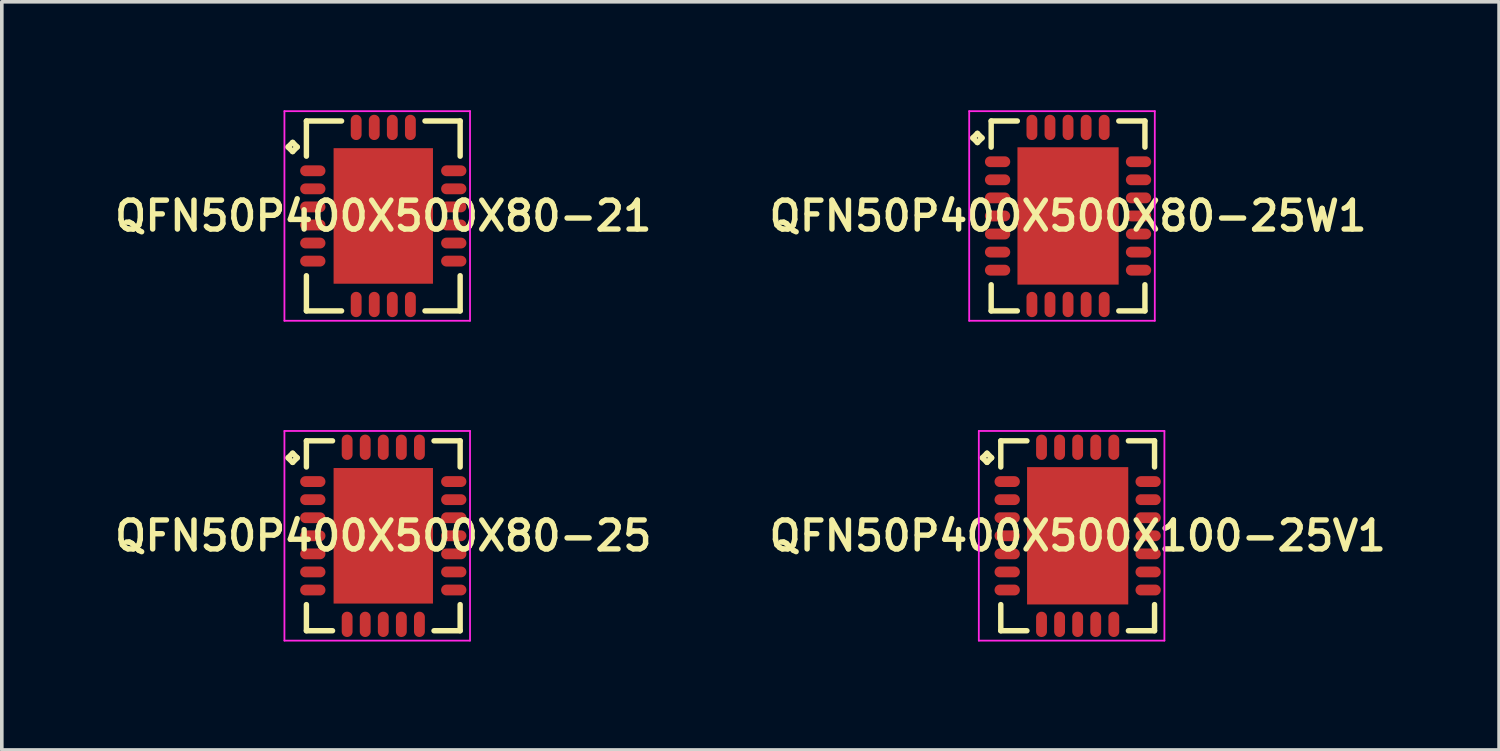
<source format=kicad_pcb>
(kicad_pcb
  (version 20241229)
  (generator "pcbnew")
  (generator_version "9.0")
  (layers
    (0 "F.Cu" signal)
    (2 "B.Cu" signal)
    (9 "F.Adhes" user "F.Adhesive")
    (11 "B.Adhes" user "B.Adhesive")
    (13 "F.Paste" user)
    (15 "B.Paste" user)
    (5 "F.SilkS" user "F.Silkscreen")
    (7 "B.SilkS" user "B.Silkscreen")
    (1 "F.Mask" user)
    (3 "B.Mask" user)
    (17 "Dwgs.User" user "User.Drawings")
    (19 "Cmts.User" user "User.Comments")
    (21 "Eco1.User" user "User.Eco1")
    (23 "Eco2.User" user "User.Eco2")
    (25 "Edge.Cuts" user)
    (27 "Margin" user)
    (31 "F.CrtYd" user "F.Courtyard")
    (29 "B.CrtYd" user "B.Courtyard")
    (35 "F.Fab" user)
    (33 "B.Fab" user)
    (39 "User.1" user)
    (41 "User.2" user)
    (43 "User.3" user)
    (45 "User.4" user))
  (footprint "QFN50P400X500X80-25"
    (layer "F.Cu")
    (at 7.555 11.775)
    (property "Reference" "QFN50P400X500X80-25" (at 0 0 0) (layer "F.SilkS") (effects (font (size 0.8 0.8) (thickness 0.15))))
    (attr smd)
    (fp_line (start -2.635 -2.158) (end -2.508 -2.285) (stroke (width 0.15) (type solid)) (layer "F.SilkS"))
    (fp_line (start -2.508 -2.285) (end -2.381 -2.158) (stroke (width 0.15) (type solid)) (layer "F.SilkS"))
    (fp_line (start -2.508 -2.031) (end -2.635 -2.158) (stroke (width 0.15) (type solid)) (layer "F.SilkS"))
    (fp_line (start -2.381 -2.158) (end -2.508 -2.031) (stroke (width 0.15) (type solid)) (layer "F.SilkS"))
    (fp_line (start -2.127 -2.627) (end -1.404 -2.627) (stroke (width 0.15) (type solid)) (layer "F.SilkS"))
    (fp_line (start -2.127 -1.904) (end -2.127 -2.627) (stroke (width 0.15) (type solid)) (layer "F.SilkS"))
    (fp_line (start -2.127 1.904) (end -2.127 2.627) (stroke (width 0.15) (type solid)) (layer "F.SilkS"))
    (fp_line (start -2.127 2.627) (end -1.404 2.627) (stroke (width 0.15) (type solid)) (layer "F.SilkS"))
    (fp_line (start 1.404 -2.627) (end 2.127 -2.627) (stroke (width 0.15) (type solid)) (layer "F.SilkS"))
    (fp_line (start 1.404 2.627) (end 2.127 2.627) (stroke (width 0.15) (type solid)) (layer "F.SilkS"))
    (fp_line (start 2.127 -2.627) (end 2.127 -1.904) (stroke (width 0.15) (type solid)) (layer "F.SilkS"))
    (fp_line (start 2.127 2.627) (end 2.127 1.904) (stroke (width 0.15) (type solid)) (layer "F.SilkS"))
    (fp_line (start -2.735 -2.9) (end 2.4 -2.9) (stroke (width 0.05) (type solid)) (layer "F.CrtYd"))
    (fp_line (start -2.735 2.9) (end -2.735 -2.9) (stroke (width 0.05) (type solid)) (layer "F.CrtYd"))
    (fp_line (start 2.4 -2.9) (end 2.4 2.9) (stroke (width 0.05) (type solid)) (layer "F.CrtYd"))
    (fp_line (start 2.4 2.9) (end -2.735 2.9) (stroke (width 0.05) (type solid)) (layer "F.CrtYd"))
    (pad "1" smd oval (at -1.95 -1.5) (size 0.7 0.3) (layers "F.Cu" "F.Mask" "F.Paste"))
    (pad "2" smd oval (at -1.95 -1) (size 0.7 0.3) (layers "F.Cu" "F.Mask" "F.Paste"))
    (pad "3" smd oval (at -1.95 -0.5) (size 0.7 0.3) (layers "F.Cu" "F.Mask" "F.Paste"))
    (pad "4" smd oval (at -1.95 0) (size 0.7 0.3) (layers "F.Cu" "F.Mask" "F.Paste"))
    (pad "5" smd oval (at -1.95 0.5) (size 0.7 0.3) (layers "F.Cu" "F.Mask" "F.Paste"))
    (pad "6" smd oval (at -1.95 1) (size 0.7 0.3) (layers "F.Cu" "F.Mask" "F.Paste"))
    (pad "7" smd oval (at -1.95 1.5) (size 0.7 0.3) (layers "F.Cu" "F.Mask" "F.Paste"))
    (pad "8" smd oval (at -1 2.45) (size 0.3 0.7) (layers "F.Cu" "F.Mask" "F.Paste"))
    (pad "9" smd oval (at -0.5 2.45) (size 0.3 0.7) (layers "F.Cu" "F.Mask" "F.Paste"))
    (pad "10" smd oval (at 0 2.45) (size 0.3 0.7) (layers "F.Cu" "F.Mask" "F.Paste"))
    (pad "11" smd oval (at 0.5 2.45) (size 0.3 0.7) (layers "F.Cu" "F.Mask" "F.Paste"))
    (pad "12" smd oval (at 1 2.45) (size 0.3 0.7) (layers "F.Cu" "F.Mask" "F.Paste"))
    (pad "13" smd oval (at 1.95 1.5) (size 0.7 0.3) (layers "F.Cu" "F.Mask" "F.Paste"))
    (pad "14" smd oval (at 1.95 1) (size 0.7 0.3) (layers "F.Cu" "F.Mask" "F.Paste"))
    (pad "15" smd oval (at 1.95 0.5) (size 0.7 0.3) (layers "F.Cu" "F.Mask" "F.Paste"))
    (pad "16" smd oval (at 1.95 0) (size 0.7 0.3) (layers "F.Cu" "F.Mask" "F.Paste"))
    (pad "17" smd oval (at 1.95 -0.5) (size 0.7 0.3) (layers "F.Cu" "F.Mask" "F.Paste"))
    (pad "18" smd oval (at 1.95 -1) (size 0.7 0.3) (layers "F.Cu" "F.Mask" "F.Paste"))
    (pad "19" smd oval (at 1.95 -1.5) (size 0.7 0.3) (layers "F.Cu" "F.Mask" "F.Paste"))
    (pad "20" smd oval (at 1 -2.45) (size 0.3 0.7) (layers "F.Cu" "F.Mask" "F.Paste"))
    (pad "21" smd oval (at 0.5 -2.45) (size 0.3 0.7) (layers "F.Cu" "F.Mask" "F.Paste"))
    (pad "22" smd oval (at 0 -2.45) (size 0.3 0.7) (layers "F.Cu" "F.Mask" "F.Paste"))
    (pad "23" smd oval (at -0.5 -2.45) (size 0.3 0.7) (layers "F.Cu" "F.Mask" "F.Paste"))
    (pad "24" smd oval (at -1 -2.45) (size 0.3 0.7) (layers "F.Cu" "F.Mask" "F.Paste"))
    (pad "25" smd rect (at 0 0) (size 2.75 3.75) (layers "F.Cu" "F.Mask" "F.Paste")))
  (footprint "QFN50P400X500X80-25W1"
    (layer "F.Cu")
    (at 26.502 2.925)
    (property "Reference" "QFN50P400X500X80-25W1" (at 0 0 0) (layer "F.SilkS") (effects (font (size 0.8 0.8) (thickness 0.15))))
    (attr smd)
    (fp_line (start -2.635 -2.158) (end -2.508 -2.285) (stroke (width 0.15) (type solid)) (layer "F.SilkS"))
    (fp_line (start -2.508 -2.285) (end -2.381 -2.158) (stroke (width 0.15) (type solid)) (layer "F.SilkS"))
    (fp_line (start -2.508 -2.031) (end -2.635 -2.158) (stroke (width 0.15) (type solid)) (layer "F.SilkS"))
    (fp_line (start -2.381 -2.158) (end -2.508 -2.031) (stroke (width 0.15) (type solid)) (layer "F.SilkS"))
    (fp_line (start -2.127 -2.627) (end -1.404 -2.627) (stroke (width 0.15) (type solid)) (layer "F.SilkS"))
    (fp_line (start -2.127 -1.904) (end -2.127 -2.627) (stroke (width 0.15) (type solid)) (layer "F.SilkS"))
    (fp_line (start -2.127 1.904) (end -2.127 2.627) (stroke (width 0.15) (type solid)) (layer "F.SilkS"))
    (fp_line (start -2.127 2.627) (end -1.404 2.627) (stroke (width 0.15) (type solid)) (layer "F.SilkS"))
    (fp_line (start 1.404 -2.627) (end 2.127 -2.627) (stroke (width 0.15) (type solid)) (layer "F.SilkS"))
    (fp_line (start 1.404 2.627) (end 2.127 2.627) (stroke (width 0.15) (type solid)) (layer "F.SilkS"))
    (fp_line (start 2.127 -2.627) (end 2.127 -1.904) (stroke (width 0.15) (type solid)) (layer "F.SilkS"))
    (fp_line (start 2.127 2.627) (end 2.127 1.904) (stroke (width 0.15) (type solid)) (layer "F.SilkS"))
    (fp_line (start -2.735 -2.9) (end 2.4 -2.9) (stroke (width 0.05) (type solid)) (layer "F.CrtYd"))
    (fp_line (start -2.735 2.9) (end -2.735 -2.9) (stroke (width 0.05) (type solid)) (layer "F.CrtYd"))
    (fp_line (start 2.4 -2.9) (end 2.4 2.9) (stroke (width 0.05) (type solid)) (layer "F.CrtYd"))
    (fp_line (start 2.4 2.9) (end -2.735 2.9) (stroke (width 0.05) (type solid)) (layer "F.CrtYd"))
    (pad "1" smd oval (at -1.95 -1.5) (size 0.7 0.3) (layers "F.Cu" "F.Mask" "F.Paste"))
    (pad "2" smd oval (at -1.95 -1) (size 0.7 0.3) (layers "F.Cu" "F.Mask" "F.Paste"))
    (pad "3" smd oval (at -1.95 -0.5) (size 0.7 0.3) (layers "F.Cu" "F.Mask" "F.Paste"))
    (pad "4" smd oval (at -1.95 0) (size 0.7 0.3) (layers "F.Cu" "F.Mask" "F.Paste"))
    (pad "5" smd oval (at -1.95 0.5) (size 0.7 0.3) (layers "F.Cu" "F.Mask" "F.Paste"))
    (pad "6" smd oval (at -1.95 1) (size 0.7 0.3) (layers "F.Cu" "F.Mask" "F.Paste"))
    (pad "7" smd oval (at -1.95 1.5) (size 0.7 0.3) (layers "F.Cu" "F.Mask" "F.Paste"))
    (pad "8" smd oval (at -1 2.45) (size 0.3 0.7) (layers "F.Cu" "F.Mask" "F.Paste"))
    (pad "9" smd oval (at -0.5 2.45) (size 0.3 0.7) (layers "F.Cu" "F.Mask" "F.Paste"))
    (pad "10" smd oval (at 0 2.45) (size 0.3 0.7) (layers "F.Cu" "F.Mask" "F.Paste"))
    (pad "11" smd oval (at 0.5 2.45) (size 0.3 0.7) (layers "F.Cu" "F.Mask" "F.Paste"))
    (pad "12" smd oval (at 1 2.45) (size 0.3 0.7) (layers "F.Cu" "F.Mask" "F.Paste"))
    (pad "13" smd oval (at 1.95 1.5) (size 0.7 0.3) (layers "F.Cu" "F.Mask" "F.Paste"))
    (pad "14" smd oval (at 1.95 1) (size 0.7 0.3) (layers "F.Cu" "F.Mask" "F.Paste"))
    (pad "15" smd oval (at 1.95 0.5) (size 0.7 0.3) (layers "F.Cu" "F.Mask" "F.Paste"))
    (pad "16" smd oval (at 1.95 0) (size 0.7 0.3) (layers "F.Cu" "F.Mask" "F.Paste"))
    (pad "17" smd oval (at 1.95 -0.5) (size 0.7 0.3) (layers "F.Cu" "F.Mask" "F.Paste"))
    (pad "18" smd oval (at 1.95 -1) (size 0.7 0.3) (layers "F.Cu" "F.Mask" "F.Paste"))
    (pad "19" smd oval (at 1.95 -1.5) (size 0.7 0.3) (layers "F.Cu" "F.Mask" "F.Paste"))
    (pad "20" smd oval (at 1 -2.45) (size 0.3 0.7) (layers "F.Cu" "F.Mask" "F.Paste"))
    (pad "21" smd oval (at 0.5 -2.45) (size 0.3 0.7) (layers "F.Cu" "F.Mask" "F.Paste"))
    (pad "22" smd oval (at 0 -2.45) (size 0.3 0.7) (layers "F.Cu" "F.Mask" "F.Paste"))
    (pad "23" smd oval (at -0.5 -2.45) (size 0.3 0.7) (layers "F.Cu" "F.Mask" "F.Paste"))
    (pad "24" smd oval (at -1 -2.45) (size 0.3 0.7) (layers "F.Cu" "F.Mask" "F.Paste"))
    (pad "25" smd rect (at 0 0) (size 2.8 3.8) (layers "F.Cu" "F.Mask" "F.Paste")))
  (footprint "QFN50P400X500X100-25V1"
    (layer "F.Cu")
    (at 26.768 11.775)
    (property "Reference" "QFN50P400X500X100-25V1" (at 0 0 0) (layer "F.SilkS") (effects (font (size 0.8 0.8) (thickness 0.15))))
    (attr smd)
    (fp_line (start -2.635 -2.158) (end -2.508 -2.285) (stroke (width 0.15) (type solid)) (layer "F.SilkS"))
    (fp_line (start -2.508 -2.285) (end -2.381 -2.158) (stroke (width 0.15) (type solid)) (layer "F.SilkS"))
    (fp_line (start -2.508 -2.031) (end -2.635 -2.158) (stroke (width 0.15) (type solid)) (layer "F.SilkS"))
    (fp_line (start -2.381 -2.158) (end -2.508 -2.031) (stroke (width 0.15) (type solid)) (layer "F.SilkS"))
    (fp_line (start -2.127 -2.627) (end -1.404 -2.627) (stroke (width 0.15) (type solid)) (layer "F.SilkS"))
    (fp_line (start -2.127 -1.904) (end -2.127 -2.627) (stroke (width 0.15) (type solid)) (layer "F.SilkS"))
    (fp_line (start -2.127 1.904) (end -2.127 2.627) (stroke (width 0.15) (type solid)) (layer "F.SilkS"))
    (fp_line (start -2.127 2.627) (end -1.404 2.627) (stroke (width 0.15) (type solid)) (layer "F.SilkS"))
    (fp_line (start 1.404 -2.627) (end 2.127 -2.627) (stroke (width 0.15) (type solid)) (layer "F.SilkS"))
    (fp_line (start 1.404 2.627) (end 2.127 2.627) (stroke (width 0.15) (type solid)) (layer "F.SilkS"))
    (fp_line (start 2.127 -2.627) (end 2.127 -1.904) (stroke (width 0.15) (type solid)) (layer "F.SilkS"))
    (fp_line (start 2.127 2.627) (end 2.127 1.904) (stroke (width 0.15) (type solid)) (layer "F.SilkS"))
    (fp_line (start -2.735 -2.9) (end 2.4 -2.9) (stroke (width 0.05) (type solid)) (layer "F.CrtYd"))
    (fp_line (start -2.735 2.9) (end -2.735 -2.9) (stroke (width 0.05) (type solid)) (layer "F.CrtYd"))
    (fp_line (start 2.4 -2.9) (end 2.4 2.9) (stroke (width 0.05) (type solid)) (layer "F.CrtYd"))
    (fp_line (start 2.4 2.9) (end -2.735 2.9) (stroke (width 0.05) (type solid)) (layer "F.CrtYd"))
    (pad "1" smd oval (at -1.95 -1.5) (size 0.7 0.3) (layers "F.Cu" "F.Mask" "F.Paste"))
    (pad "2" smd oval (at -1.95 -1) (size 0.7 0.3) (layers "F.Cu" "F.Mask" "F.Paste"))
    (pad "3" smd oval (at -1.95 -0.5) (size 0.7 0.3) (layers "F.Cu" "F.Mask" "F.Paste"))
    (pad "4" smd oval (at -1.95 0) (size 0.7 0.3) (layers "F.Cu" "F.Mask" "F.Paste"))
    (pad "5" smd oval (at -1.95 0.5) (size 0.7 0.3) (layers "F.Cu" "F.Mask" "F.Paste"))
    (pad "6" smd oval (at -1.95 1) (size 0.7 0.3) (layers "F.Cu" "F.Mask" "F.Paste"))
    (pad "7" smd oval (at -1.95 1.5) (size 0.7 0.3) (layers "F.Cu" "F.Mask" "F.Paste"))
    (pad "8" smd oval (at -1 2.45) (size 0.3 0.7) (layers "F.Cu" "F.Mask" "F.Paste"))
    (pad "9" smd oval (at -0.5 2.45) (size 0.3 0.7) (layers "F.Cu" "F.Mask" "F.Paste"))
    (pad "10" smd oval (at 0 2.45) (size 0.3 0.7) (layers "F.Cu" "F.Mask" "F.Paste"))
    (pad "11" smd oval (at 0.5 2.45) (size 0.3 0.7) (layers "F.Cu" "F.Mask" "F.Paste"))
    (pad "12" smd oval (at 1 2.45) (size 0.3 0.7) (layers "F.Cu" "F.Mask" "F.Paste"))
    (pad "13" smd oval (at 1.95 1.5) (size 0.7 0.3) (layers "F.Cu" "F.Mask" "F.Paste"))
    (pad "14" smd oval (at 1.95 1) (size 0.7 0.3) (layers "F.Cu" "F.Mask" "F.Paste"))
    (pad "15" smd oval (at 1.95 0.5) (size 0.7 0.3) (layers "F.Cu" "F.Mask" "F.Paste"))
    (pad "16" smd oval (at 1.95 0) (size 0.7 0.3) (layers "F.Cu" "F.Mask" "F.Paste"))
    (pad "17" smd oval (at 1.95 -0.5) (size 0.7 0.3) (layers "F.Cu" "F.Mask" "F.Paste"))
    (pad "18" smd oval (at 1.95 -1) (size 0.7 0.3) (layers "F.Cu" "F.Mask" "F.Paste"))
    (pad "19" smd oval (at 1.95 -1.5) (size 0.7 0.3) (layers "F.Cu" "F.Mask" "F.Paste"))
    (pad "20" smd oval (at 1 -2.45) (size 0.3 0.7) (layers "F.Cu" "F.Mask" "F.Paste"))
    (pad "21" smd oval (at 0.5 -2.45) (size 0.3 0.7) (layers "F.Cu" "F.Mask" "F.Paste"))
    (pad "22" smd oval (at 0 -2.45) (size 0.3 0.7) (layers "F.Cu" "F.Mask" "F.Paste"))
    (pad "23" smd oval (at -0.5 -2.45) (size 0.3 0.7) (layers "F.Cu" "F.Mask" "F.Paste"))
    (pad "24" smd oval (at -1 -2.45) (size 0.3 0.7) (layers "F.Cu" "F.Mask" "F.Paste"))
    (pad "25" smd rect (at 0 0) (size 2.8 3.8) (layers "F.Cu" "F.Mask" "F.Paste")))
  (footprint "QFN50P400X500X80-21"
    (layer "F.Cu")
    (at 7.555 2.925)
    (property "Reference" "QFN50P400X500X80-21" (at 0 0 0) (layer "F.SilkS") (effects (font (size 0.8 0.8) (thickness 0.15))))
    (attr smd)
    (fp_line (start -2.635 -1.908) (end -2.508 -2.035) (stroke (width 0.15) (type solid)) (layer "F.SilkS"))
    (fp_line (start -2.508 -2.035) (end -2.381 -1.908) (stroke (width 0.15) (type solid)) (layer "F.SilkS"))
    (fp_line (start -2.508 -1.781) (end -2.635 -1.908) (stroke (width 0.15) (type solid)) (layer "F.SilkS"))
    (fp_line (start -2.381 -1.908) (end -2.508 -1.781) (stroke (width 0.15) (type solid)) (layer "F.SilkS"))
    (fp_line (start -2.127 -2.627) (end -1.154 -2.627) (stroke (width 0.15) (type solid)) (layer "F.SilkS"))
    (fp_line (start -2.127 -1.654) (end -2.127 -2.627) (stroke (width 0.15) (type solid)) (layer "F.SilkS"))
    (fp_line (start -2.127 1.654) (end -2.127 2.627) (stroke (width 0.15) (type solid)) (layer "F.SilkS"))
    (fp_line (start -2.127 2.627) (end -1.154 2.627) (stroke (width 0.15) (type solid)) (layer "F.SilkS"))
    (fp_line (start 1.154 -2.627) (end 2.127 -2.627) (stroke (width 0.15) (type solid)) (layer "F.SilkS"))
    (fp_line (start 1.154 2.627) (end 2.127 2.627) (stroke (width 0.15) (type solid)) (layer "F.SilkS"))
    (fp_line (start 2.127 -2.627) (end 2.127 -1.654) (stroke (width 0.15) (type solid)) (layer "F.SilkS"))
    (fp_line (start 2.127 2.627) (end 2.127 1.654) (stroke (width 0.15) (type solid)) (layer "F.SilkS"))
    (fp_line (start -2.735 -2.9) (end 2.4 -2.9) (stroke (width 0.05) (type solid)) (layer "F.CrtYd"))
    (fp_line (start -2.735 2.9) (end -2.735 -2.9) (stroke (width 0.05) (type solid)) (layer "F.CrtYd"))
    (fp_line (start 2.4 -2.9) (end 2.4 2.9) (stroke (width 0.05) (type solid)) (layer "F.CrtYd"))
    (fp_line (start 2.4 2.9) (end -2.735 2.9) (stroke (width 0.05) (type solid)) (layer "F.CrtYd"))
    (pad "1" smd oval (at -1.95 -1.25) (size 0.7 0.3) (layers "F.Cu" "F.Mask" "F.Paste"))
    (pad "2" smd oval (at -1.95 -0.75) (size 0.7 0.3) (layers "F.Cu" "F.Mask" "F.Paste"))
    (pad "3" smd oval (at -1.95 -0.25) (size 0.7 0.3) (layers "F.Cu" "F.Mask" "F.Paste"))
    (pad "4" smd oval (at -1.95 0.25) (size 0.7 0.3) (layers "F.Cu" "F.Mask" "F.Paste"))
    (pad "5" smd oval (at -1.95 0.75) (size 0.7 0.3) (layers "F.Cu" "F.Mask" "F.Paste"))
    (pad "6" smd oval (at -1.95 1.25) (size 0.7 0.3) (layers "F.Cu" "F.Mask" "F.Paste"))
    (pad "7" smd oval (at -0.75 2.45) (size 0.3 0.7) (layers "F.Cu" "F.Mask" "F.Paste"))
    (pad "8" smd oval (at -0.25 2.45) (size 0.3 0.7) (layers "F.Cu" "F.Mask" "F.Paste"))
    (pad "9" smd oval (at 0.25 2.45) (size 0.3 0.7) (layers "F.Cu" "F.Mask" "F.Paste"))
    (pad "10" smd oval (at 0.75 2.45) (size 0.3 0.7) (layers "F.Cu" "F.Mask" "F.Paste"))
    (pad "11" smd oval (at 1.95 1.25) (size 0.7 0.3) (layers "F.Cu" "F.Mask" "F.Paste"))
    (pad "12" smd oval (at 1.95 0.75) (size 0.7 0.3) (layers "F.Cu" "F.Mask" "F.Paste"))
    (pad "13" smd oval (at 1.95 0.25) (size 0.7 0.3) (layers "F.Cu" "F.Mask" "F.Paste"))
    (pad "14" smd oval (at 1.95 -0.25) (size 0.7 0.3) (layers "F.Cu" "F.Mask" "F.Paste"))
    (pad "15" smd oval (at 1.95 -0.75) (size 0.7 0.3) (layers "F.Cu" "F.Mask" "F.Paste"))
    (pad "16" smd oval (at 1.95 -1.25) (size 0.7 0.3) (layers "F.Cu" "F.Mask" "F.Paste"))
    (pad "17" smd oval (at 0.75 -2.45) (size 0.3 0.7) (layers "F.Cu" "F.Mask" "F.Paste"))
    (pad "18" smd oval (at 0.25 -2.45) (size 0.3 0.7) (layers "F.Cu" "F.Mask" "F.Paste"))
    (pad "19" smd oval (at -0.25 -2.45) (size 0.3 0.7) (layers "F.Cu" "F.Mask" "F.Paste"))
    (pad "20" smd oval (at -0.75 -2.45) (size 0.3 0.7) (layers "F.Cu" "F.Mask" "F.Paste"))
    (pad "21" smd rect (at 0 0) (size 2.75 3.75) (layers "F.Cu" "F.Mask" "F.Paste")))
  (gr_rect
    (start -3 -3)
    (end 38.428 17.7)
    (stroke (width 0.1) (type default))
    (fill no)
    (layer "Edge.Cuts")))
</source>
